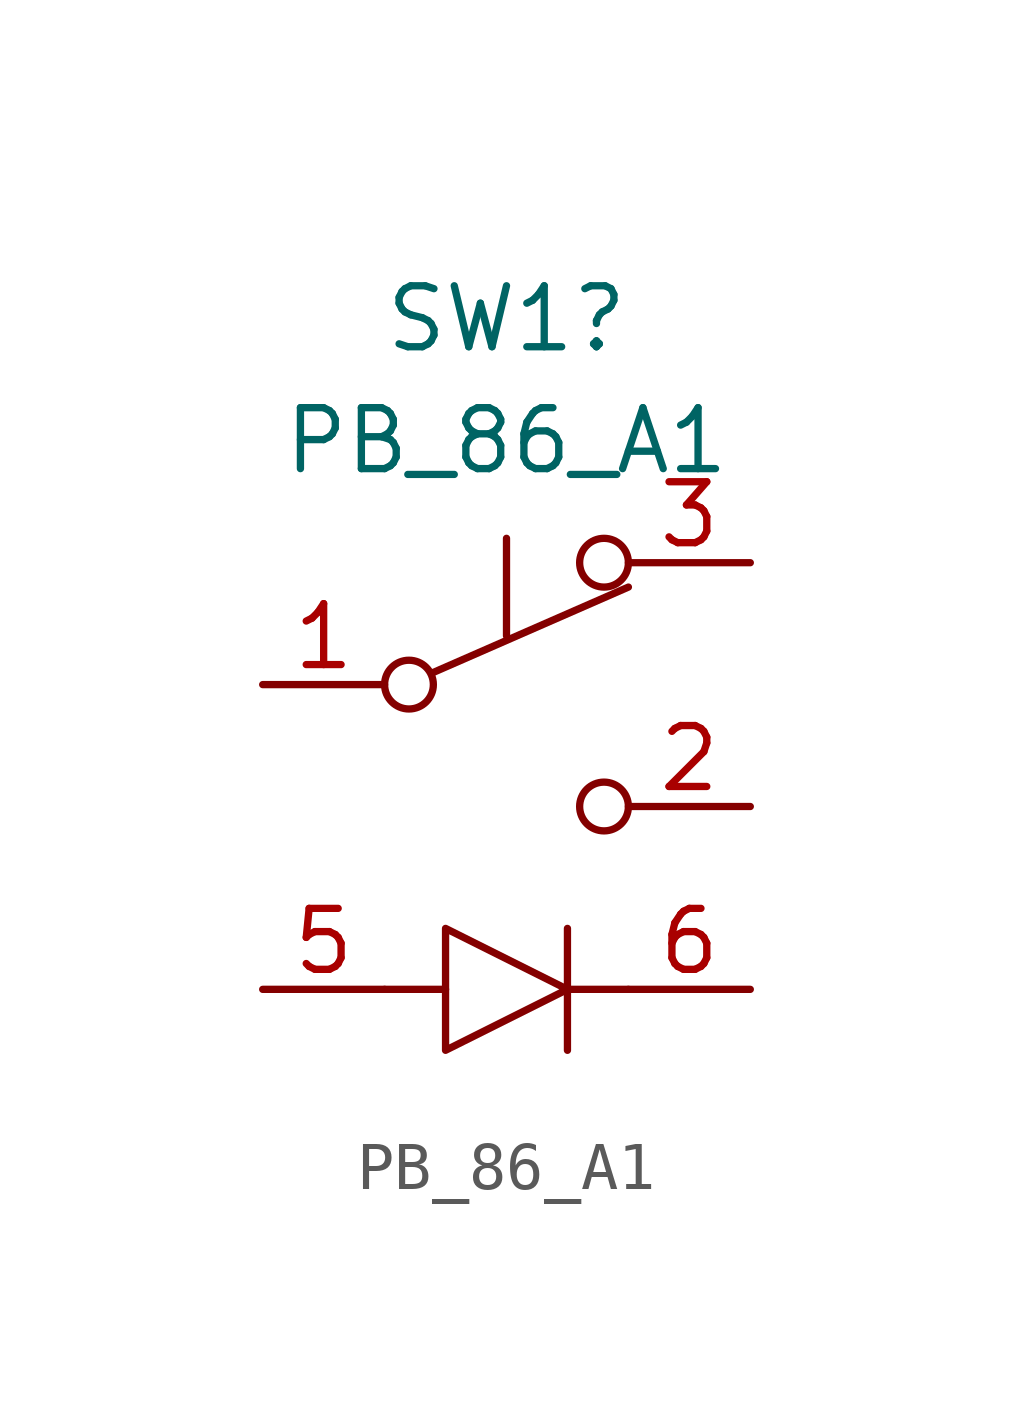
<source format=kicad_sym>
(kicad_symbol_lib
  (version 20211014)
  (generator kicad_symbol_editor)
  (symbol "PB_86_A1"
    (pin_names
      (offset 0) hide)
    (property "Reference" "SW1"
      (at 0 7.62 0)
      (effects (font (size 1.27 1.27))))
    (property "Value" "PB_86_A1"
      (at 0 5.08 0)
      (effects (font (size 1.27 1.27))))
    (symbol "PB_86_A1_0_0"
      (circle (center -2.032 0) (radius 0.508) (stroke (width 0) (type default) (color 0 0 0 0)) (fill (type none)))
      (polyline (pts (xy 0 1.016) (xy 0 3.048)) (stroke (width 0) (type default) (color 0 0 0 0)) (fill (type none)))
      (circle (center 2.032 -2.54) (radius 0.508) (stroke (width 0) (type default) (color 0 0 0 0)) (fill (type none))))
    (symbol "PB_86_A1_0_1"
      (polyline (pts (xy -2.54 -6.35) (xy -1.27 -6.35)) (stroke (width 0) (type default) (color 0 0 0 0)) (fill (type none)))
      (polyline (pts (xy -1.524 0.254) (xy 2.54 2.032)) (stroke (width 0) (type default) (color 0 0 0 0)) (fill (type none)))
      (polyline (pts (xy 1.27 -6.35) (xy 2.54 -6.35)) (stroke (width 0) (type default) (color 0 0 0 0)) (fill (type none)))
      (polyline (pts (xy 1.27 -5.08) (xy 1.27 -7.62)) (stroke (width 0) (type default) (color 0 0 0 0)) (fill (type none)))
      (polyline (pts (xy -1.27 -5.08) (xy -1.27 -7.62) (xy 1.27 -6.35) (xy -1.27 -5.08)) (stroke (width 0) (type default) (color 0 0 0 0)) (fill (type none)))
      (circle (center 2.032 2.54) (radius 0.508) (stroke (width 0) (type default) (color 0 0 0 0)) (fill (type none))))
    (symbol "PB_86_A1_1_1"
      (pin passive line (at -5.08 0 0) (length 2.54) (name "B" (effects (font (size 1.27 1.27)))) (number "1" (effects (font (size 1.27 1.27)))))
      (pin passive line (at 5.08 -2.54 180) (length 2.54) (name "C" (effects (font (size 1.27 1.27)))) (number "2" (effects (font (size 1.27 1.27)))))
      (pin passive line (at 5.08 2.54 180) (length 2.54) (name "A" (effects (font (size 1.27 1.27)))) (number "3" (effects (font (size 1.27 1.27)))))
      (pin input line (at -5.08 -6.35 0) (length 2.54) (name "LED+" (effects (font (size 1.27 1.27)))) (number "5" (effects (font (size 1.27 1.27)))))
      (pin output line (at 5.08 -6.35 180) (length 2.54) (name "LED-" (effects (font (size 1.27 1.27)))) (number "6" (effects (font (size 1.27 1.27))))))))
</source>
